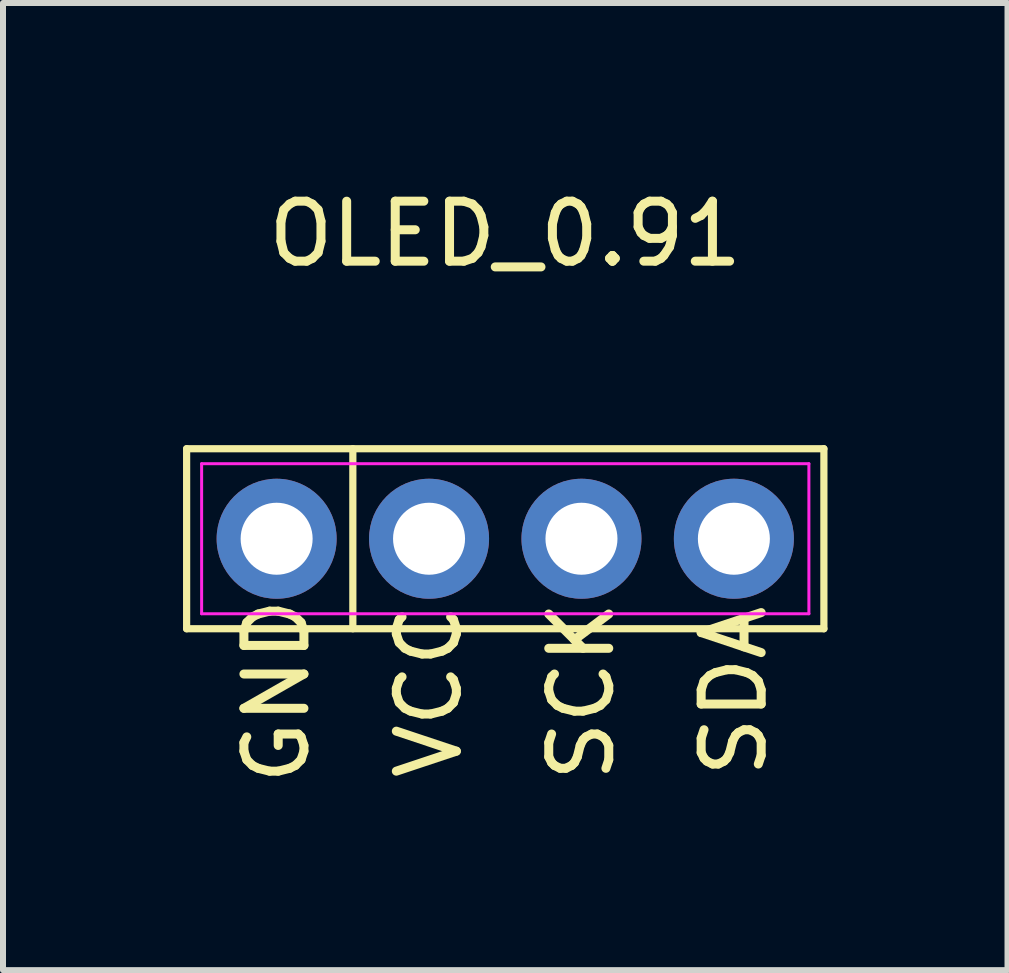
<source format=kicad_pcb>
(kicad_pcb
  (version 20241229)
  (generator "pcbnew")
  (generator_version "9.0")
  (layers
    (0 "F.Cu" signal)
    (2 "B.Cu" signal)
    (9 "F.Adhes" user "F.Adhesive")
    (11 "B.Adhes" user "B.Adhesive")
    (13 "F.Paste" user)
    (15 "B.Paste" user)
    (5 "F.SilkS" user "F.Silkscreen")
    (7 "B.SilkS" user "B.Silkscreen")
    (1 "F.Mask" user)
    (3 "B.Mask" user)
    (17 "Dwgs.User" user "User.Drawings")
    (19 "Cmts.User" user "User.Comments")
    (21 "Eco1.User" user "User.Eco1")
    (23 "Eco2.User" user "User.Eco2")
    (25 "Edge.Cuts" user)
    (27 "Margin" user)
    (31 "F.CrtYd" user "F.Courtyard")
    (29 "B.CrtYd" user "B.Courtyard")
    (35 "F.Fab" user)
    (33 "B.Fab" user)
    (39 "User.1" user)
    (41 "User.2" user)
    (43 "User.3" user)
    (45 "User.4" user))
  (footprint "OLED_0.91"
    (layer "F.Cu")
    (at 5.37 5.928)
    (property "Reference" "OLED_0.91" (at 0 -5.08 0) (layer "F.SilkS") (effects (font (size 1 1) (thickness 0.15))))
    (attr through_hole)
    (fp_line (start -5.31 -1.5) (end 5.31 -1.5) (stroke (width 0.12) (type solid)) (layer "F.SilkS"))
    (fp_line (start -5.31 1.5) (end -5.31 -1.5) (stroke (width 0.12) (type solid)) (layer "F.SilkS"))
    (fp_line (start -2.54 -1.5) (end -2.54 1.5) (stroke (width 0.12) (type solid)) (layer "F.SilkS"))
    (fp_line (start 5.31 -1.5) (end 5.31 1.5) (stroke (width 0.12) (type solid)) (layer "F.SilkS"))
    (fp_line (start 5.31 1.5) (end -5.31 1.5) (stroke (width 0.12) (type solid)) (layer "F.SilkS"))
    (fp_line (start -5.06 -1.25) (end 5.06 -1.25) (stroke (width 0.05) (type solid)) (layer "F.CrtYd"))
    (fp_line (start -5.06 1.25) (end -5.06 -1.25) (stroke (width 0.05) (type solid)) (layer "F.CrtYd"))
    (fp_line (start 5.06 -1.25) (end 5.06 1.25) (stroke (width 0.05) (type solid)) (layer "F.CrtYd"))
    (fp_line (start 5.06 1.25) (end -5.06 1.25) (stroke (width 0.05) (type solid)) (layer "F.CrtYd"))
    (fp_text user "SCK" (at 1.27 2.54 90) (layer "F.SilkS") (effects (font (size 1 1) (thickness 0.15))))
    (fp_text user "GND" (at -3.81 2.54 90) (layer "F.SilkS") (effects (font (size 1 1) (thickness 0.15))))
    (fp_text user "VCC" (at -1.27 2.54 90) (layer "F.SilkS") (effects (font (size 1 1) (thickness 0.15))))
    (fp_text user "SDA" (at 3.81 2.54 90) (layer "F.SilkS") (effects (font (size 1 1) (thickness 0.15))))
    (pad "1" thru_hole circle (at -3.81 0) (size 2 2) (drill 1.2) (layers "*.Cu" "*.Mask"))
    (pad "2" thru_hole circle (at -1.27 0) (size 2 2) (drill 1.2) (layers "*.Cu" "*.Mask"))
    (pad "3" thru_hole circle (at 1.27 0) (size 2 2) (drill 1.2) (layers "*.Cu" "*.Mask"))
    (pad "4" thru_hole circle (at 3.81 0) (size 2 2) (drill 1.2) (layers "*.Cu" "*.Mask")))
  (gr_rect
    (start -3 -3)
    (end 13.74 13.117)
    (stroke (width 0.1) (type default))
    (fill no)
    (layer "Edge.Cuts")))
</source>
